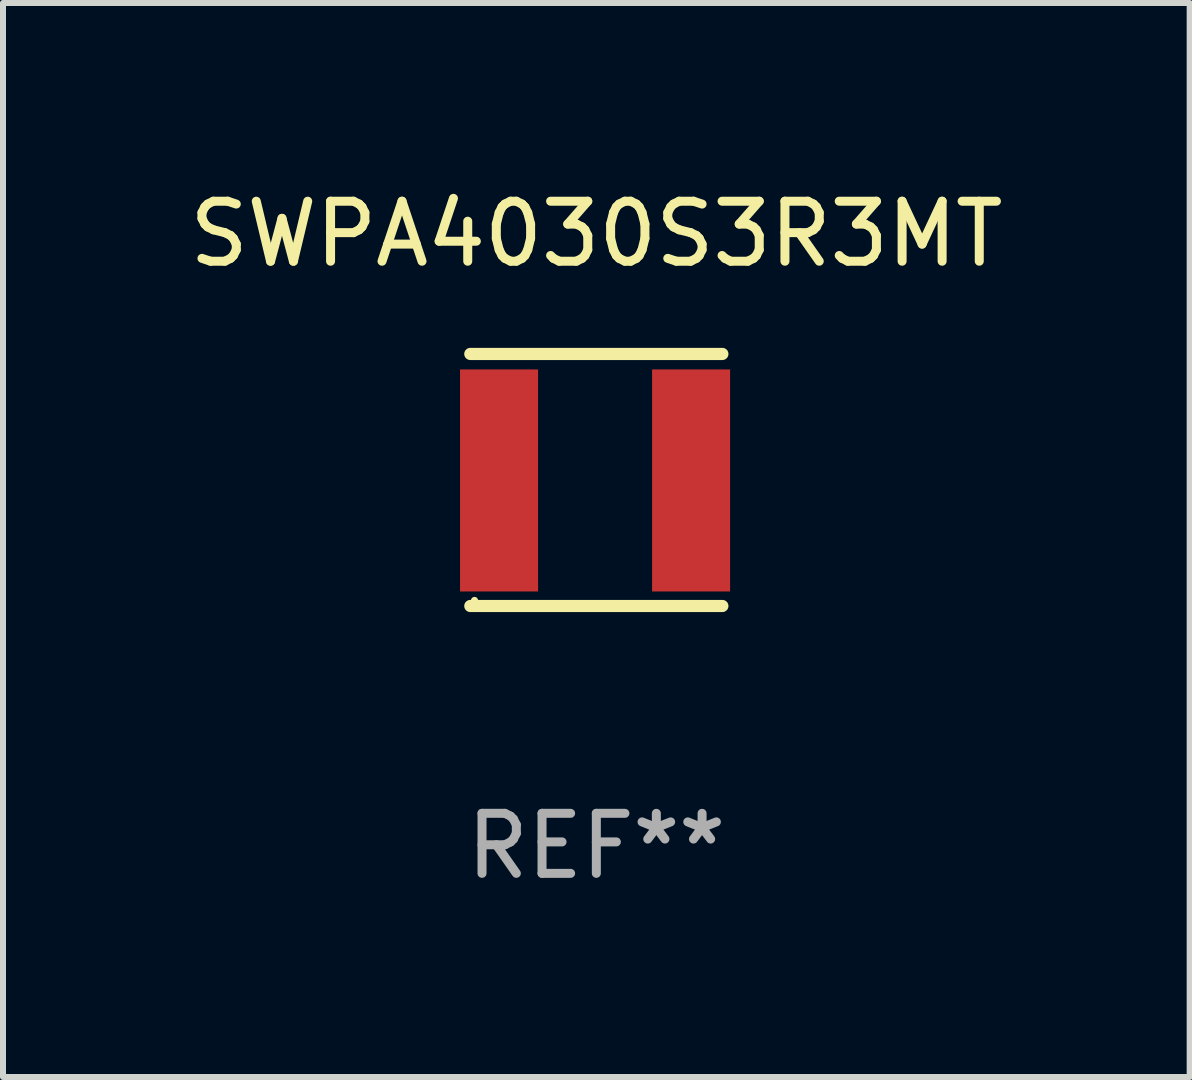
<source format=kicad_pcb>
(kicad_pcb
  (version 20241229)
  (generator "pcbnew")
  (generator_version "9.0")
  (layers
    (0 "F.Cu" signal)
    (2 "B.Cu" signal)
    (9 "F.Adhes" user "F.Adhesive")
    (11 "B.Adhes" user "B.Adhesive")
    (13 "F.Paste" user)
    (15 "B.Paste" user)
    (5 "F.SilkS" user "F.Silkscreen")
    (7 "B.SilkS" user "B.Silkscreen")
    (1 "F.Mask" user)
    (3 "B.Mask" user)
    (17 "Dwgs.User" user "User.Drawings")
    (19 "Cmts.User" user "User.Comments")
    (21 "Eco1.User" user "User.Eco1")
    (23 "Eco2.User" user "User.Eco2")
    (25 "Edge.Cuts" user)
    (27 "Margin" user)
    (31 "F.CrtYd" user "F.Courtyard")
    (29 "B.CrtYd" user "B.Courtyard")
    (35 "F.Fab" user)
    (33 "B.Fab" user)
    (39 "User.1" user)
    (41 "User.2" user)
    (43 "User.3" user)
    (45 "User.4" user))
  (footprint "SWPA4030S3R3MT"
    (layer "F.Cu")
    (at 6.887 4.948)
    (property "Reference" "SWPA4030S3R3MT" (at 0 -4.1 0) (layer "F.SilkS") (effects (font (size 1 1) (thickness 0.15))))
    (attr through_hole)
    (fp_line (start -2.1 -2.1) (end 2.1 -2.1) (stroke (width 0.203) (type solid)) (layer "F.SilkS"))
    (fp_line (start -2.1 2.1) (end 2.1 2.1) (stroke (width 0.203) (type solid)) (layer "F.SilkS"))
    (fp_circle (center -2.03 2.008) (end -2 2.008) (stroke (width 0.06) (type solid)) (fill no) (layer "F.SilkS"))
    (fp_text user "REF**" (at 0 6.1 0) (layer "F.Fab") (effects (font (size 1 1) (thickness 0.15))))
    (pad "1" smd rect (at -1.621 0.008 90) (size 3.7 1.3) (layers "F.Cu" "F.Mask" "F.Paste"))
    (pad "2" smd rect (at 1.579 0.008 90) (size 3.7 1.3) (layers "F.Cu" "F.Mask" "F.Paste")))
  (gr_rect
    (start -3 -3)
    (end 16.774 14.896)
    (stroke (width 0.1) (type default))
    (fill no)
    (layer "Edge.Cuts")))
</source>
